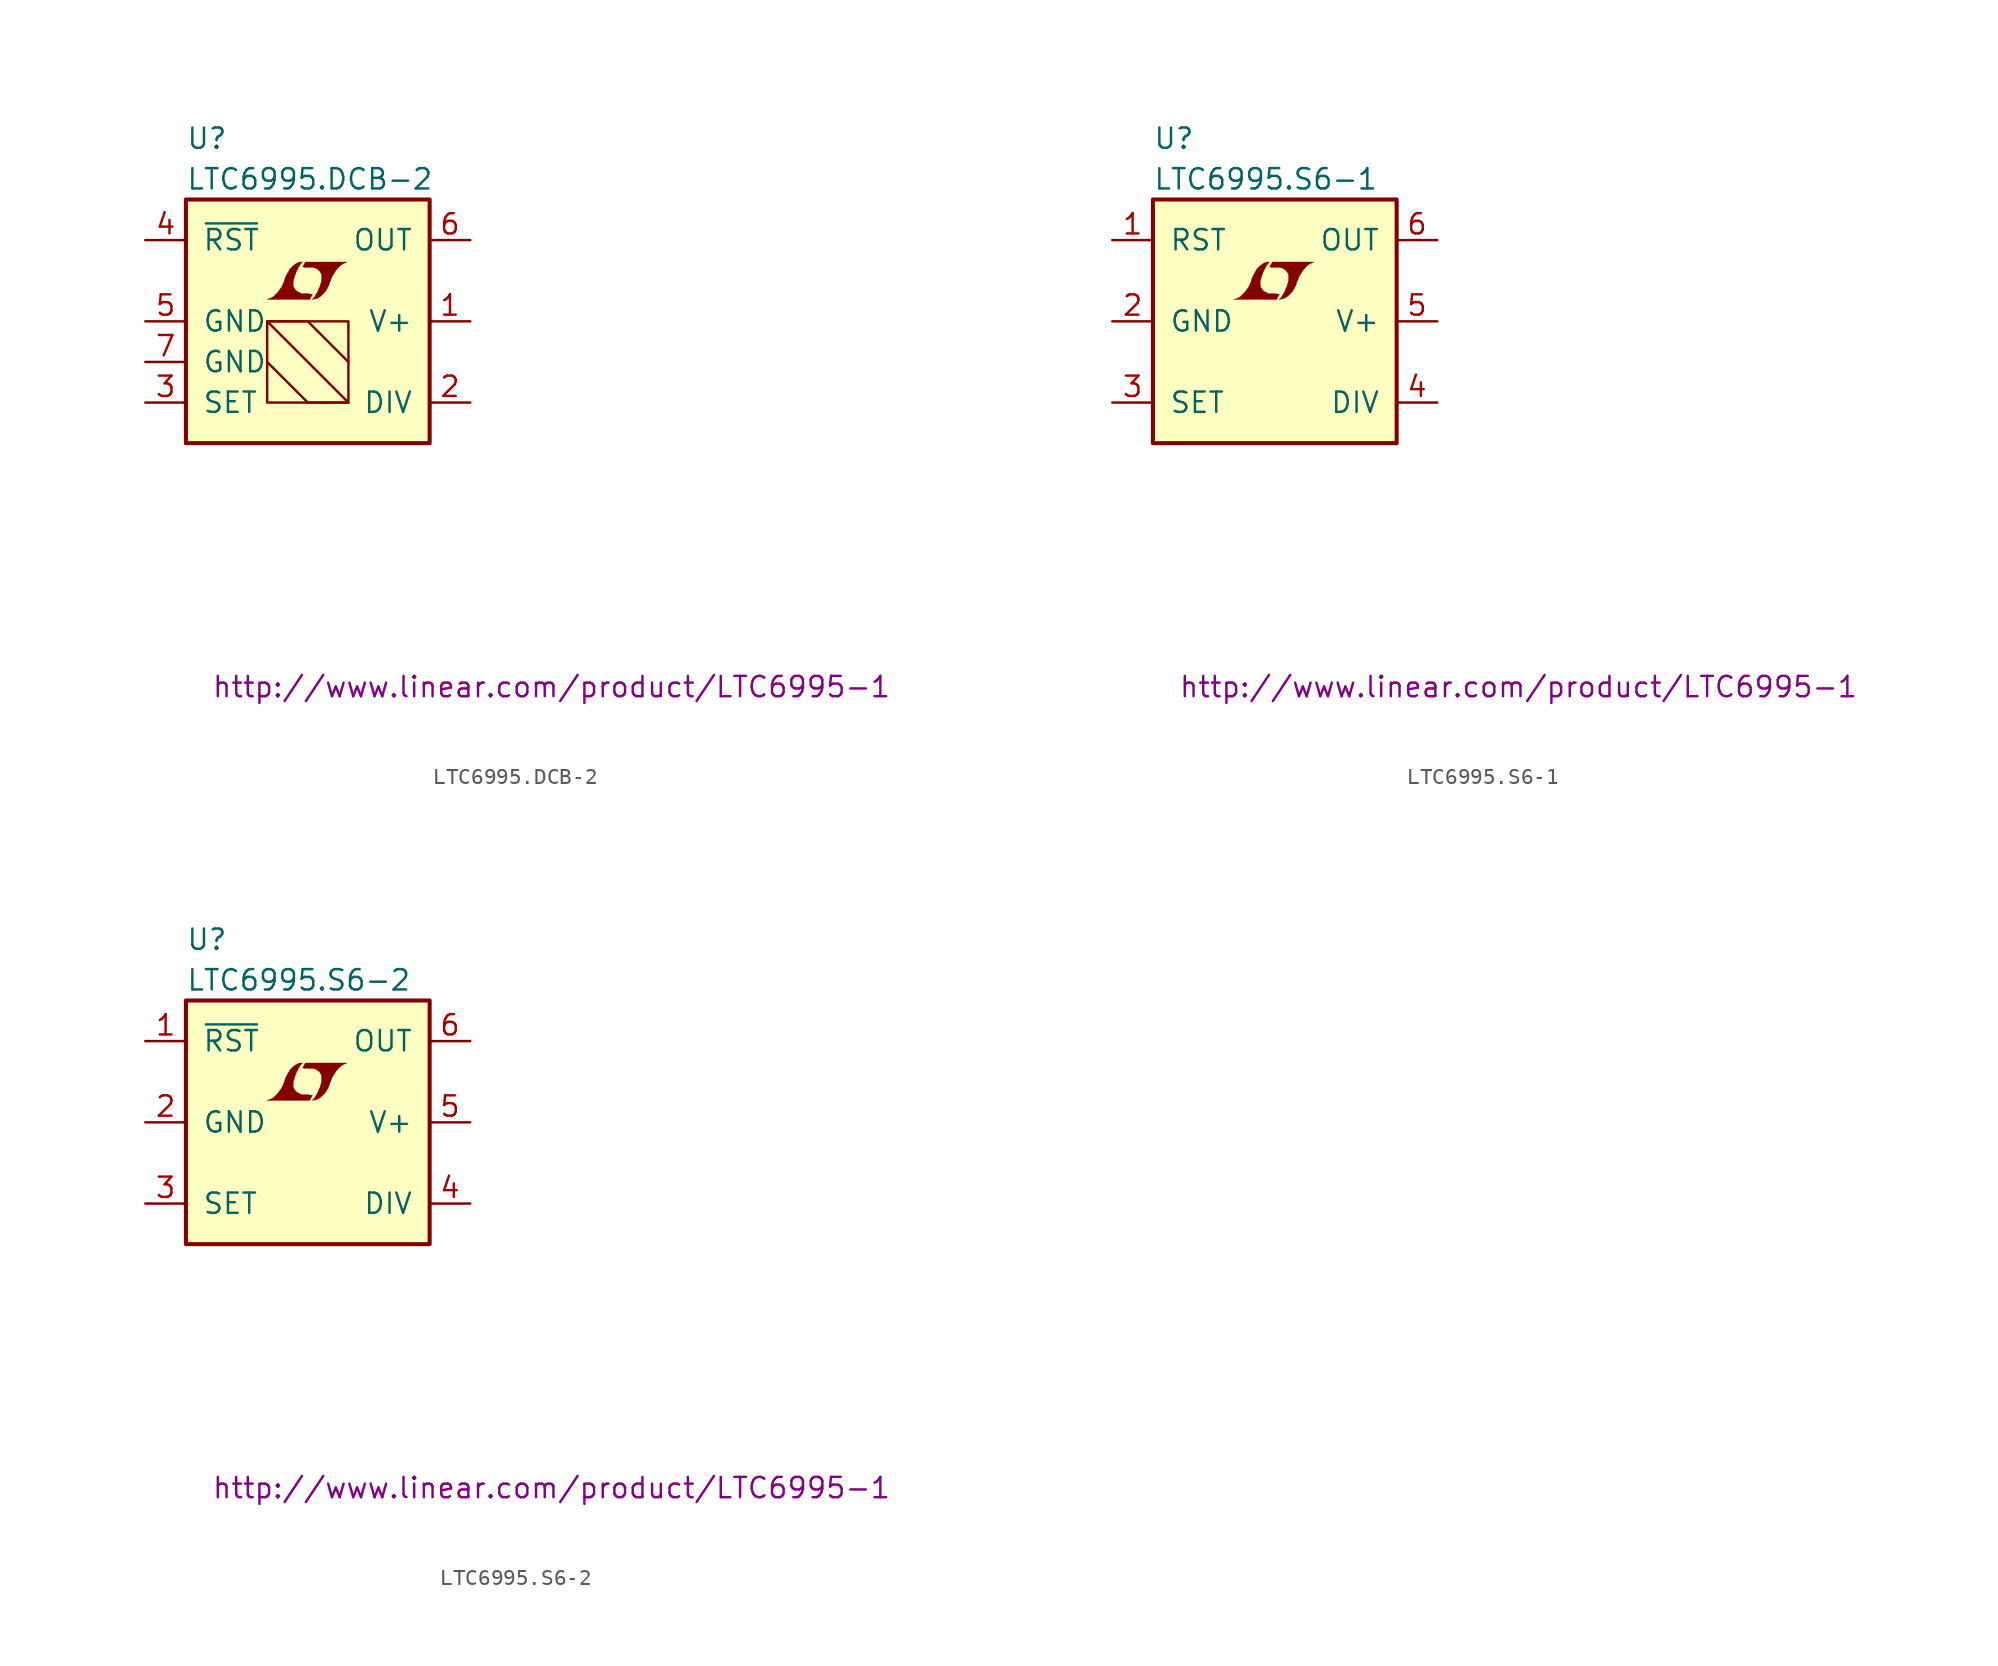
<source format=kicad_sym>
(kicad_symbol_lib
  (version 20201005)
  (generator kicad_symbol_editor)
  (symbol "LTC6995.DCB-2"
    (pin_names
      (offset 1.016))
    (property "Reference" "U"
      (at -7.62 11.43 0)
      (effects (font (size 1.27 1.27)) (justify left)))
    (property "Value" "LTC6995.DCB-2"
      (at -7.62 8.89 0)
      (effects (font (size 1.27 1.27)) (justify left)))
    (property "Datasheet" "http://www.linear.com/product/LTC6995-1"
      (at 15.24 -22.86 0)
      (effects (font (size 1.27 1.27))))
    (symbol "LTC6995.DCB-2_0_0"
      (polyline (pts (xy 0.203 1.549) (xy 0.229 1.575) (xy 0.279 1.676) (xy 0.279 1.702) (xy 0.152 1.702) (xy 0.051 1.727) (xy -0.406 1.727) (xy -0.432 1.753) (xy -0.686 1.88) (xy -0.787 1.981) (xy -0.864 2.108) (xy -0.914 2.21) (xy -0.914 2.515) (xy -0.864 2.667) (xy -0.838 2.769) (xy -0.813 2.845) (xy -0.762 2.972) (xy -0.711 3.124) (xy -0.635 3.251) (xy -0.584 3.378) (xy -0.508 3.48) (xy -0.457 3.581) (xy -0.33 3.708) (xy -0.508 3.708) (xy -0.635 3.658) (xy -0.737 3.607) (xy -0.813 3.556) (xy -0.94 3.454) (xy -1.118 3.277) (xy -1.372 2.819) (xy -1.473 2.54) (xy -1.473 2.489) (xy -1.524 2.388) (xy -1.575 2.261) (xy -1.626 2.159) (xy -1.753 1.981) (xy -1.905 1.778) (xy -2.057 1.626) (xy -2.21 1.499) (xy -2.388 1.422) (xy -2.54 1.372) (xy 0.127 1.372) (xy 0.203 1.549)) (stroke (width 0.025)) (fill (type outline)))
      (polyline (pts (xy 0.406 1.397) (xy 0.483 1.397) (xy 0.66 1.473) (xy 0.813 1.575) (xy 1.092 1.854) (xy 1.219 2.057) (xy 1.321 2.261) (xy 1.397 2.515) (xy 1.422 2.515) (xy 1.499 2.769) (xy 1.753 3.175) (xy 1.905 3.353) (xy 2.057 3.505) (xy 2.21 3.607) (xy 2.388 3.683) (xy 2.413 3.683) (xy 2.413 3.708) (xy -0.152 3.708) (xy -0.229 3.556) (xy -0.254 3.531) (xy -0.305 3.429) (xy -0.33 3.404) (xy -0.279 3.404) (xy -0.229 3.378) (xy 0.305 3.378) (xy 0.356 3.353) (xy 0.406 3.353) (xy 0.483 3.327) (xy 0.61 3.251) (xy 0.737 3.15) (xy 0.813 3.023) (xy 0.838 2.972) (xy 0.864 2.946) (xy 0.864 2.54) (xy 0.838 2.489) (xy 0.838 2.413) (xy 0.787 2.311) (xy 0.762 2.184) (xy 0.686 2.032) (xy 0.635 1.88) (xy 0.483 1.626) (xy 0.432 1.524) (xy 0.279 1.372) (xy 0.406 1.397)) (stroke (width 0.025)) (fill (type outline))))
    (symbol "LTC6995.DCB-2_0_1"
      (rectangle (start -7.62 7.62) (end 7.62 -7.62) (stroke (width 0.254)) (fill (type background)))
      (rectangle (start -2.54 0) (end 2.54 -5.08) (stroke (width 0)) (fill (type none)))
      (polyline (pts (xy -2.54 -2.54) (xy 0 -5.08) (xy 2.54 -5.08) (xy -2.54 0) (xy 0 0) (xy 2.54 -2.54)) (stroke (width 0)) (fill (type none))))
    (symbol "LTC6995.DCB-2_1_1"
      (pin power_in line (at 10.16 0 180) (length 2.54) (name "V+" (effects (font (size 1.27 1.27)))) (number "1" (effects (font (size 1.27 1.27)))))
      (pin passive line (at 10.16 -5.08 180) (length 2.54) (name "DIV" (effects (font (size 1.27 1.27)))) (number "2" (effects (font (size 1.27 1.27)))))
      (pin passive line (at -10.16 -5.08 0) (length 2.54) (name "SET" (effects (font (size 1.27 1.27)))) (number "3" (effects (font (size 1.27 1.27)))))
      (pin passive line (at -10.16 5.08 0) (length 2.54) (name "~RST~" (effects (font (size 1.27 1.27)))) (number "4" (effects (font (size 1.27 1.27)))))
      (pin power_in line (at -10.16 0 0) (length 2.54) (name "GND" (effects (font (size 1.27 1.27)))) (number "5" (effects (font (size 1.27 1.27)))))
      (pin output line (at 10.16 5.08 180) (length 2.54) (name "OUT" (effects (font (size 1.27 1.27)))) (number "6" (effects (font (size 1.27 1.27)))))
      (pin power_in line (at -10.16 -2.54 0) (length 2.54) (name "GND" (effects (font (size 1.27 1.27)))) (number "7" (effects (font (size 1.27 1.27)))))))
  (symbol "LTC6995.S6-1"
    (pin_names
      (offset 1.016))
    (property "Reference" "U"
      (at -7.62 11.43 0)
      (effects (font (size 1.27 1.27)) (justify left)))
    (property "Value" "LTC6995.S6-1"
      (at -7.62 8.89 0)
      (effects (font (size 1.27 1.27)) (justify left)))
    (property "Datasheet" "http://www.linear.com/product/LTC6995-1"
      (at 15.24 -22.86 0)
      (effects (font (size 1.27 1.27))))
    (symbol "LTC6995.S6-1_0_0"
      (polyline (pts (xy 0.203 1.549) (xy 0.229 1.575) (xy 0.279 1.676) (xy 0.279 1.702) (xy 0.152 1.702) (xy 0.051 1.727) (xy -0.406 1.727) (xy -0.432 1.753) (xy -0.686 1.88) (xy -0.787 1.981) (xy -0.864 2.108) (xy -0.914 2.21) (xy -0.914 2.515) (xy -0.864 2.667) (xy -0.838 2.769) (xy -0.813 2.845) (xy -0.762 2.972) (xy -0.711 3.124) (xy -0.635 3.251) (xy -0.584 3.378) (xy -0.508 3.48) (xy -0.457 3.581) (xy -0.33 3.708) (xy -0.508 3.708) (xy -0.635 3.658) (xy -0.737 3.607) (xy -0.813 3.556) (xy -0.94 3.454) (xy -1.118 3.277) (xy -1.372 2.819) (xy -1.473 2.54) (xy -1.473 2.489) (xy -1.524 2.388) (xy -1.575 2.261) (xy -1.626 2.159) (xy -1.753 1.981) (xy -1.905 1.778) (xy -2.057 1.626) (xy -2.21 1.499) (xy -2.388 1.422) (xy -2.54 1.372) (xy 0.127 1.372) (xy 0.203 1.549)) (stroke (width 0.025)) (fill (type outline)))
      (polyline (pts (xy 0.406 1.397) (xy 0.483 1.397) (xy 0.66 1.473) (xy 0.813 1.575) (xy 1.092 1.854) (xy 1.219 2.057) (xy 1.321 2.261) (xy 1.397 2.515) (xy 1.422 2.515) (xy 1.499 2.769) (xy 1.753 3.175) (xy 1.905 3.353) (xy 2.057 3.505) (xy 2.21 3.607) (xy 2.388 3.683) (xy 2.413 3.683) (xy 2.413 3.708) (xy -0.152 3.708) (xy -0.229 3.556) (xy -0.254 3.531) (xy -0.305 3.429) (xy -0.33 3.404) (xy -0.279 3.404) (xy -0.229 3.378) (xy 0.305 3.378) (xy 0.356 3.353) (xy 0.406 3.353) (xy 0.483 3.327) (xy 0.61 3.251) (xy 0.737 3.15) (xy 0.813 3.023) (xy 0.838 2.972) (xy 0.864 2.946) (xy 0.864 2.54) (xy 0.838 2.489) (xy 0.838 2.413) (xy 0.787 2.311) (xy 0.762 2.184) (xy 0.686 2.032) (xy 0.635 1.88) (xy 0.483 1.626) (xy 0.432 1.524) (xy 0.279 1.372) (xy 0.406 1.397)) (stroke (width 0.025)) (fill (type outline))))
    (symbol "LTC6995.S6-1_0_1"
      (rectangle (start -7.62 7.62) (end 7.62 -7.62) (stroke (width 0.254)) (fill (type background))))
    (symbol "LTC6995.S6-1_1_1"
      (pin passive line (at -10.16 5.08 0) (length 2.54) (name "RST" (effects (font (size 1.27 1.27)))) (number "1" (effects (font (size 1.27 1.27)))))
      (pin power_in line (at -10.16 0 0) (length 2.54) (name "GND" (effects (font (size 1.27 1.27)))) (number "2" (effects (font (size 1.27 1.27)))))
      (pin passive line (at -10.16 -5.08 0) (length 2.54) (name "SET" (effects (font (size 1.27 1.27)))) (number "3" (effects (font (size 1.27 1.27)))))
      (pin passive line (at 10.16 -5.08 180) (length 2.54) (name "DIV" (effects (font (size 1.27 1.27)))) (number "4" (effects (font (size 1.27 1.27)))))
      (pin power_in line (at 10.16 0 180) (length 2.54) (name "V+" (effects (font (size 1.27 1.27)))) (number "5" (effects (font (size 1.27 1.27)))))
      (pin output line (at 10.16 5.08 180) (length 2.54) (name "OUT" (effects (font (size 1.27 1.27)))) (number "6" (effects (font (size 1.27 1.27)))))))
  (symbol "LTC6995.S6-2"
    (pin_names
      (offset 1.016))
    (property "Reference" "U"
      (at -7.62 11.43 0)
      (effects (font (size 1.27 1.27)) (justify left)))
    (property "Value" "LTC6995.S6-2"
      (at -7.62 8.89 0)
      (effects (font (size 1.27 1.27)) (justify left)))
    (property "Datasheet" "http://www.linear.com/product/LTC6995-1"
      (at 15.24 -22.86 0)
      (effects (font (size 1.27 1.27))))
    (symbol "LTC6995.S6-2_0_0"
      (polyline (pts (xy 0.203 1.549) (xy 0.229 1.575) (xy 0.279 1.676) (xy 0.279 1.702) (xy 0.152 1.702) (xy 0.051 1.727) (xy -0.406 1.727) (xy -0.432 1.753) (xy -0.686 1.88) (xy -0.787 1.981) (xy -0.864 2.108) (xy -0.914 2.21) (xy -0.914 2.515) (xy -0.864 2.667) (xy -0.838 2.769) (xy -0.813 2.845) (xy -0.762 2.972) (xy -0.711 3.124) (xy -0.635 3.251) (xy -0.584 3.378) (xy -0.508 3.48) (xy -0.457 3.581) (xy -0.33 3.708) (xy -0.508 3.708) (xy -0.635 3.658) (xy -0.737 3.607) (xy -0.813 3.556) (xy -0.94 3.454) (xy -1.118 3.277) (xy -1.372 2.819) (xy -1.473 2.54) (xy -1.473 2.489) (xy -1.524 2.388) (xy -1.575 2.261) (xy -1.626 2.159) (xy -1.753 1.981) (xy -1.905 1.778) (xy -2.057 1.626) (xy -2.21 1.499) (xy -2.388 1.422) (xy -2.54 1.372) (xy 0.127 1.372) (xy 0.203 1.549)) (stroke (width 0.025)) (fill (type outline)))
      (polyline (pts (xy 0.406 1.397) (xy 0.483 1.397) (xy 0.66 1.473) (xy 0.813 1.575) (xy 1.092 1.854) (xy 1.219 2.057) (xy 1.321 2.261) (xy 1.397 2.515) (xy 1.422 2.515) (xy 1.499 2.769) (xy 1.753 3.175) (xy 1.905 3.353) (xy 2.057 3.505) (xy 2.21 3.607) (xy 2.388 3.683) (xy 2.413 3.683) (xy 2.413 3.708) (xy -0.152 3.708) (xy -0.229 3.556) (xy -0.254 3.531) (xy -0.305 3.429) (xy -0.33 3.404) (xy -0.279 3.404) (xy -0.229 3.378) (xy 0.305 3.378) (xy 0.356 3.353) (xy 0.406 3.353) (xy 0.483 3.327) (xy 0.61 3.251) (xy 0.737 3.15) (xy 0.813 3.023) (xy 0.838 2.972) (xy 0.864 2.946) (xy 0.864 2.54) (xy 0.838 2.489) (xy 0.838 2.413) (xy 0.787 2.311) (xy 0.762 2.184) (xy 0.686 2.032) (xy 0.635 1.88) (xy 0.483 1.626) (xy 0.432 1.524) (xy 0.279 1.372) (xy 0.406 1.397)) (stroke (width 0.025)) (fill (type outline))))
    (symbol "LTC6995.S6-2_0_1"
      (rectangle (start -7.62 7.62) (end 7.62 -7.62) (stroke (width 0.254)) (fill (type background))))
    (symbol "LTC6995.S6-2_1_1"
      (pin passive line (at -10.16 5.08 0) (length 2.54) (name "~RST~" (effects (font (size 1.27 1.27)))) (number "1" (effects (font (size 1.27 1.27)))))
      (pin power_in line (at -10.16 0 0) (length 2.54) (name "GND" (effects (font (size 1.27 1.27)))) (number "2" (effects (font (size 1.27 1.27)))))
      (pin passive line (at -10.16 -5.08 0) (length 2.54) (name "SET" (effects (font (size 1.27 1.27)))) (number "3" (effects (font (size 1.27 1.27)))))
      (pin passive line (at 10.16 -5.08 180) (length 2.54) (name "DIV" (effects (font (size 1.27 1.27)))) (number "4" (effects (font (size 1.27 1.27)))))
      (pin power_in line (at 10.16 0 180) (length 2.54) (name "V+" (effects (font (size 1.27 1.27)))) (number "5" (effects (font (size 1.27 1.27)))))
      (pin output line (at 10.16 5.08 180) (length 2.54) (name "OUT" (effects (font (size 1.27 1.27)))) (number "6" (effects (font (size 1.27 1.27))))))))
</source>
